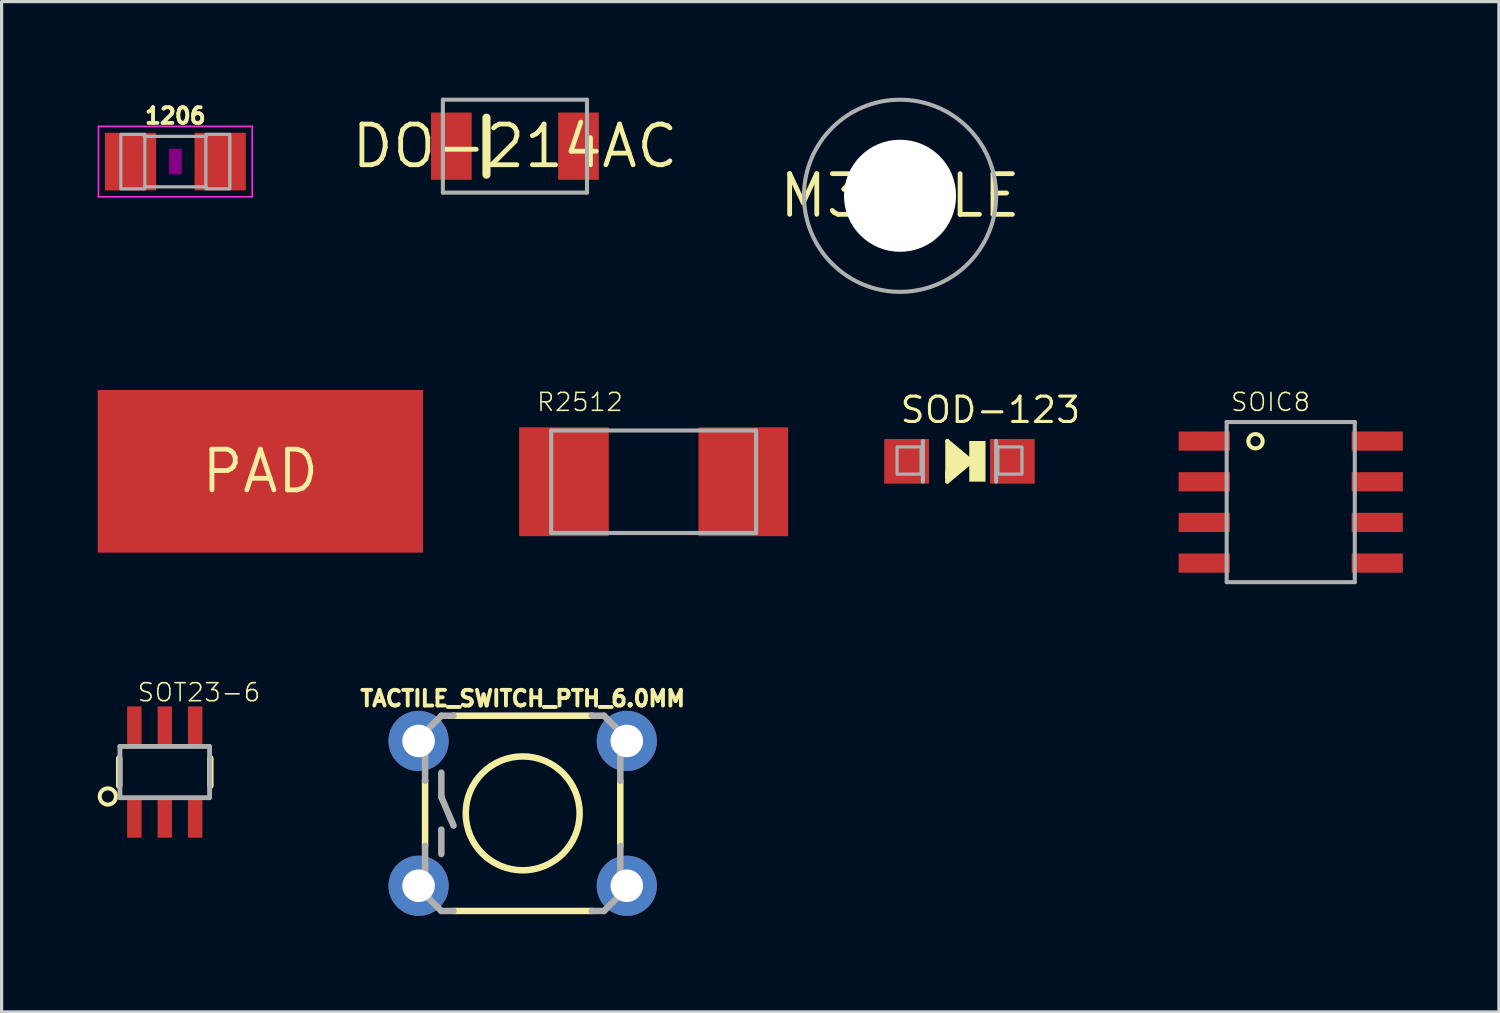
<source format=kicad_pcb>
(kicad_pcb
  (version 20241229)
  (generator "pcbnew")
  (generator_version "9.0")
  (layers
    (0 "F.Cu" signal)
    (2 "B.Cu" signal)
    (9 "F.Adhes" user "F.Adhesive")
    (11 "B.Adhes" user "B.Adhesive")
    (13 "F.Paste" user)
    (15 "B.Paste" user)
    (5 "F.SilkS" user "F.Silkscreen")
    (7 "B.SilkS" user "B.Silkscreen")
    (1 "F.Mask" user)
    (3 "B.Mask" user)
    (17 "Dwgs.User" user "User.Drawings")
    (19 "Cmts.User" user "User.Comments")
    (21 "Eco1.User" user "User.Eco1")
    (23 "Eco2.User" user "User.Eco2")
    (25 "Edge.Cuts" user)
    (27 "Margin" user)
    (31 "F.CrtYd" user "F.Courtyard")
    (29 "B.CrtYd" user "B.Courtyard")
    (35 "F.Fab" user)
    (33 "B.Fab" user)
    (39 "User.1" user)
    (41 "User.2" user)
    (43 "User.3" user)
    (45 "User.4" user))
  (footprint "M3HOLE"
    (layer "F.Cu")
    (at 25.054 3.063)
    (property "Reference" "M3HOLE" (at 0 0 0) (layer "F.SilkS") (effects (font (size 1.27 1.27) (thickness 0.15))))
    (fp_circle (center 0 0) (end 1.026 0) (stroke (width 2.052) (type solid)) (fill yes) (layer "F.Mask"))
    (fp_circle (center 0 0) (end 3 0) (stroke (width 0.127) (type solid)) (fill no) (layer "F.Fab"))
    (pad "" np_thru_hole circle (at 0 0) (size 3.5 3.5) (drill 3.5) (layers "*.Cu" "*.Mask")))
  (footprint "1206"
    (layer "F.Cu")
    (at 2.425 1.996)
    (property "Reference" "1206" (at 0 -1.143 0) (layer "F.SilkS") (effects (font (size 0.488 0.488) (thickness 0.122)) (justify bottom)))
    (fp_poly (pts (xy -0.2 0.4) (xy 0.2 0.4) (xy 0.2 -0.4) (xy -0.2 -0.4)) (stroke (width 0) (type default)) (fill yes) (layer "F.Adhes"))
    (fp_line (start -2.4 -1.1) (end 2.4 -1.1) (stroke (width 0.051) (type solid)) (layer "F.CrtYd"))
    (fp_line (start -2.4 1.1) (end -2.4 -1.1) (stroke (width 0.051) (type solid)) (layer "F.CrtYd"))
    (fp_line (start 2.4 -1.1) (end 2.4 1.1) (stroke (width 0.051) (type solid)) (layer "F.CrtYd"))
    (fp_line (start 2.4 1.1) (end -2.4 1.1) (stroke (width 0.051) (type solid)) (layer "F.CrtYd"))
    (fp_line (start -0.965 -0.787) (end 0.965 -0.787) (stroke (width 0.102) (type solid)) (layer "F.Fab"))
    (fp_line (start -0.965 0.787) (end 0.965 0.787) (stroke (width 0.102) (type solid)) (layer "F.Fab"))
    (fp_poly (pts (xy -1.702 0.851) (xy -0.952 0.851) (xy -0.952 -0.849) (xy -1.702 -0.849)) (stroke (width 0.1) (type default)) (fill no) (layer "F.Fab"))
    (fp_poly (pts (xy 0.952 0.849) (xy 1.702 0.849) (xy 1.702 -0.851) (xy 0.952 -0.851)) (stroke (width 0.1) (type default)) (fill no) (layer "F.Fab"))
    (pad "1" smd rect (at -1.4 0) (size 1.6 1.8) (layers "F.Cu" "F.Mask" "F.Paste"))
    (pad "2" smd rect (at 1.4 0) (size 1.6 1.8) (layers "F.Cu" "F.Mask" "F.Paste")))
  (footprint "SOIC8"
    (layer "F.Cu")
    (at 37.253 12.628)
    (property "Reference" "SOIC8" (at -1.905 -2.794 0) (layer "F.SilkS") (effects (font (size 0.561 0.561) (thickness 0.049)) (justify left bottom)))
    (fp_circle (center -1.1 -1.9) (end -0.876 -1.9) (stroke (width 0.127) (type solid)) (fill no) (layer "F.SilkS"))
    (fp_line (start -2 -2.5) (end -2 2.5) (stroke (width 0.127) (type solid)) (layer "F.Fab"))
    (fp_line (start -2 2.5) (end 2 2.5) (stroke (width 0.127) (type solid)) (layer "F.Fab"))
    (fp_line (start 2 -2.5) (end -2 -2.5) (stroke (width 0.127) (type solid)) (layer "F.Fab"))
    (fp_line (start 2 2.5) (end 2 -2.5) (stroke (width 0.127) (type solid)) (layer "F.Fab"))
    (pad "1" smd rect (at -2.7 -1.905) (size 1.6 0.6) (layers "F.Cu" "F.Mask" "F.Paste"))
    (pad "2" smd rect (at -2.7 -0.635) (size 1.6 0.6) (layers "F.Cu" "F.Mask" "F.Paste"))
    (pad "3" smd rect (at -2.7 0.635) (size 1.6 0.6) (layers "F.Cu" "F.Mask" "F.Paste"))
    (pad "4" smd rect (at -2.7 1.905) (size 1.6 0.6) (layers "F.Cu" "F.Mask" "F.Paste"))
    (pad "5" smd rect (at 2.7 1.905) (size 1.6 0.6) (layers "F.Cu" "F.Mask" "F.Paste"))
    (pad "6" smd rect (at 2.7 0.635) (size 1.6 0.6) (layers "F.Cu" "F.Mask" "F.Paste"))
    (pad "7" smd rect (at 2.7 -0.635) (size 1.6 0.6) (layers "F.Cu" "F.Mask" "F.Paste"))
    (pad "8" smd rect (at 2.7 -1.905) (size 1.6 0.6) (layers "F.Cu" "F.Mask" "F.Paste")))
  (footprint "PAD"
    (layer "F.Cu")
    (at 5.08 11.667)
    (property "Reference" "PAD" (at 0 0 0) (layer "F.SilkS") (effects (font (size 1.27 1.27) (thickness 0.15))))
    (pad "PAD" smd rect (at 0 0) (size 10.16 5.08) (layers "F.Cu" "F.Mask" "F.Paste")))
  (footprint "SOT23-6"
    (layer "F.Cu")
    (at 2.095 21.058)
    (property "Reference" "SOT23-6" (at -0.889 -2.159 0) (layer "F.SilkS") (effects (font (size 0.561 0.561) (thickness 0.049)) (justify left bottom)))
    (fp_line (start -1.422 0.429) (end -1.422 -0.429) (stroke (width 0.203) (type solid)) (layer "F.SilkS"))
    (fp_line (start 1.422 -0.429) (end 1.422 0.429) (stroke (width 0.203) (type solid)) (layer "F.SilkS"))
    (fp_circle (center -1.778 0.762) (end -1.524 0.762) (stroke (width 0.127) (type solid)) (fill no) (layer "F.SilkS"))
    (fp_line (start -1.4 -0.8) (end -1.4 0.8) (stroke (width 0.152) (type solid)) (layer "F.Fab"))
    (fp_line (start -1.4 -0.8) (end 1.4 -0.8) (stroke (width 0.152) (type solid)) (layer "F.Fab"))
    (fp_line (start 1.4 -0.8) (end 1.4 0.8) (stroke (width 0.152) (type solid)) (layer "F.Fab"))
    (fp_line (start 1.4 0.8) (end -1.4 0.8) (stroke (width 0.152) (type solid)) (layer "F.Fab"))
    (pad "1" smd rect (at -0.95 1.4) (size 0.45 1.3) (layers "F.Cu" "F.Mask" "F.Paste"))
    (pad "2" smd rect (at 0 1.4) (size 0.45 1.3) (layers "F.Cu" "F.Mask" "F.Paste"))
    (pad "3" smd rect (at 0.95 1.4) (size 0.45 1.3) (layers "F.Cu" "F.Mask" "F.Paste"))
    (pad "4" smd rect (at 0.95 -1.4) (size 0.45 1.3) (layers "F.Cu" "F.Mask" "F.Paste"))
    (pad "5" smd rect (at 0 -1.4) (size 0.45 1.3) (layers "F.Cu" "F.Mask" "F.Paste"))
    (pad "6" smd rect (at -0.95 -1.4) (size 0.45 1.3) (layers "F.Cu" "F.Mask" "F.Paste")))
  (footprint "SOD-123"
    (layer "F.Cu")
    (at 26.91 11.355)
    (property "Reference" "SOD-123" (at -1.905 -1.143 0) (layer "F.SilkS") (effects (font (size 0.791 0.791) (thickness 0.098)) (justify left bottom)))
    (fp_line (start -0.381 -0.635) (end 0.381 0) (stroke (width 0.127) (type solid)) (layer "F.SilkS"))
    (fp_line (start -0.381 0.381) (end -0.381 -0.635) (stroke (width 0.127) (type solid)) (layer "F.SilkS"))
    (fp_line (start -0.381 0.381) (end -0.254 -0.381) (stroke (width 0.127) (type solid)) (layer "F.SilkS"))
    (fp_line (start -0.381 0.508) (end -0.381 0.381) (stroke (width 0.127) (type solid)) (layer "F.SilkS"))
    (fp_line (start -0.381 0.508) (end -0.254 -0.508) (stroke (width 0.127) (type solid)) (layer "F.SilkS"))
    (fp_line (start -0.381 0.635) (end -0.381 0.508) (stroke (width 0.127) (type solid)) (layer "F.SilkS"))
    (fp_line (start -0.254 -0.508) (end 0.254 0) (stroke (width 0.127) (type solid)) (layer "F.SilkS"))
    (fp_line (start -0.254 -0.381) (end 0.127 0) (stroke (width 0.127) (type solid)) (layer "F.SilkS"))
    (fp_line (start -0.254 -0.254) (end -0.127 -0.127) (stroke (width 0.127) (type solid)) (layer "F.SilkS"))
    (fp_line (start -0.254 0.127) (end -0.254 -0.254) (stroke (width 0.127) (type solid)) (layer "F.SilkS"))
    (fp_line (start -0.254 0.127) (end -0.127 -0.127) (stroke (width 0.127) (type solid)) (layer "F.SilkS"))
    (fp_line (start -0.254 0.254) (end -0.254 0.127) (stroke (width 0.127) (type solid)) (layer "F.SilkS"))
    (fp_line (start -0.127 -0.127) (end -0.127 0) (stroke (width 0.127) (type solid)) (layer "F.SilkS"))
    (fp_line (start -0.127 -0.127) (end 0 0) (stroke (width 0.127) (type solid)) (layer "F.SilkS"))
    (fp_line (start 0 0) (end -0.254 0.127) (stroke (width 0.127) (type solid)) (layer "F.SilkS"))
    (fp_line (start 0.127 0) (end -0.254 0.254) (stroke (width 0.127) (type solid)) (layer "F.SilkS"))
    (fp_line (start 0.254 0) (end -0.381 0.381) (stroke (width 0.127) (type solid)) (layer "F.SilkS"))
    (fp_line (start 0.381 0) (end -0.381 0.508) (stroke (width 0.127) (type solid)) (layer "F.SilkS"))
    (fp_line (start 0.381 0) (end -0.381 0.635) (stroke (width 0.127) (type solid)) (layer "F.SilkS"))
    (fp_poly (pts (xy 0.305 0.635) (xy 0.813 0.635) (xy 0.813 -0.635) (xy 0.305 -0.635)) (stroke (width 0) (type default)) (fill yes) (layer "F.SilkS"))
    (fp_line (start -1.143 0.635) (end -1.143 -0.635) (stroke (width 0.127) (type solid)) (layer "F.Fab"))
    (fp_line (start 1.143 -0.635) (end 1.143 0.635) (stroke (width 0.127) (type solid)) (layer "F.Fab"))
    (fp_poly (pts (xy -1.2 -0.45) (xy -1.95 -0.45) (xy -1.95 0.4) (xy -1.2 0.4)) (stroke (width 0.1) (type default)) (fill no) (layer "F.Fab"))
    (fp_poly (pts (xy 1.95 -0.45) (xy 1.2 -0.45) (xy 1.2 0.4) (xy 1.95 0.4)) (stroke (width 0.1) (type default)) (fill no) (layer "F.Fab"))
    (fp_text user "${REFERENCE}" (at -0.889 0.635 0) (layer "F.Mask") (effects (font (size 0.343 0.343) (thickness 0.038)) (justify left bottom)))
    (pad "+" smd rect (at -1.651 0 180) (size 1.397 1.397) (layers "F.Cu" "F.Mask" "F.Paste"))
    (pad "-" smd rect (at 1.651 0 180) (size 1.397 1.397) (layers "F.Cu" "F.Mask" "F.Paste")))
  (footprint "R2512"
    (layer "F.Cu")
    (at 17.36 11.993)
    (property "Reference" "R2512" (at -3.683 -2.159 0) (layer "F.SilkS") (effects (font (size 0.561 0.561) (thickness 0.049)) (justify left bottom)))
    (fp_line (start -3.2 -1.6) (end -3.2 1.6) (stroke (width 0.127) (type solid)) (layer "F.Fab"))
    (fp_line (start -3.2 1.6) (end 3.2 1.6) (stroke (width 0.127) (type solid)) (layer "F.Fab"))
    (fp_line (start 3.2 -1.6) (end -3.2 -1.6) (stroke (width 0.127) (type solid)) (layer "F.Fab"))
    (fp_line (start 3.2 1.6) (end 3.2 -1.6) (stroke (width 0.127) (type solid)) (layer "F.Fab"))
    (pad "1" smd rect (at -2.8 0) (size 2.8 3.4) (layers "F.Cu" "F.Mask" "F.Paste"))
    (pad "2" smd rect (at 2.8 0) (size 2.8 3.4) (layers "F.Cu" "F.Mask" "F.Paste")))
  (footprint "DO-214AC"
    (layer "F.Cu")
    (at 13.029 1.514)
    (property "Reference" "DO-214AC" (at 0 0 0) (layer "F.SilkS") (effects (font (size 1.27 1.27) (thickness 0.15))))
    (fp_line (start -0.889 0.889) (end -0.889 -0.889) (stroke (width 0.254) (type solid)) (layer "F.SilkS"))
    (fp_line (start -2.25 -1.45) (end -2.25 1.45) (stroke (width 0.127) (type solid)) (layer "F.Fab"))
    (fp_line (start -2.25 1.45) (end 2.25 1.45) (stroke (width 0.127) (type solid)) (layer "F.Fab"))
    (fp_line (start 2.25 -1.45) (end -2.25 -1.45) (stroke (width 0.127) (type solid)) (layer "F.Fab"))
    (fp_line (start 2.25 1.45) (end 2.25 -1.45) (stroke (width 0.127) (type solid)) (layer "F.Fab"))
    (pad "A" smd rect (at 1.985 0) (size 1.27 2.1) (layers "F.Cu" "F.Mask" "F.Paste"))
    (pad "C" smd rect (at -1.985 0) (size 1.27 2.1) (layers "F.Cu" "F.Mask" "F.Paste")))
  (footprint "TACTILE_SWITCH_PTH_6.0MM"
    (layer "F.Cu")
    (at 13.271 22.347)
    (property "Reference" "TACTILE_SWITCH_PTH_6.0MM" (at 0 -3.302 0) (layer "F.SilkS") (effects (font (size 0.488 0.488) (thickness 0.122)) (justify bottom)))
    (fp_line (start -3.048 -1.028) (end -3.048 1.016) (stroke (width 0.203) (type solid)) (layer "F.SilkS"))
    (fp_line (start -2.159 3.048) (end 2.159 3.048) (stroke (width 0.203) (type solid)) (layer "F.SilkS"))
    (fp_line (start 2.159 -3.048) (end -2.159 -3.048) (stroke (width 0.203) (type solid)) (layer "F.SilkS"))
    (fp_line (start 3.048 -0.998) (end 3.048 1.016) (stroke (width 0.203) (type solid)) (layer "F.SilkS"))
    (fp_circle (center 0 0) (end 1.778 0) (stroke (width 0.203) (type solid)) (fill no) (layer "F.SilkS"))
    (fp_line (start -3.048 -2.54) (end -3.048 -1.016) (stroke (width 0.203) (type solid)) (layer "F.Fab"))
    (fp_line (start -3.048 2.54) (end -3.048 1.016) (stroke (width 0.203) (type solid)) (layer "F.Fab"))
    (fp_line (start -2.54 -3.048) (end -3.048 -2.54) (stroke (width 0.203) (type solid)) (layer "F.Fab"))
    (fp_line (start -2.54 -3.048) (end -2.159 -3.048) (stroke (width 0.203) (type solid)) (layer "F.Fab"))
    (fp_line (start -2.54 -1.27) (end -2.54 -0.508) (stroke (width 0.203) (type solid)) (layer "F.Fab"))
    (fp_line (start -2.54 -0.508) (end -2.159 0.381) (stroke (width 0.203) (type solid)) (layer "F.Fab"))
    (fp_line (start -2.54 0.508) (end -2.54 1.27) (stroke (width 0.203) (type solid)) (layer "F.Fab"))
    (fp_line (start -2.54 3.048) (end -3.048 2.54) (stroke (width 0.203) (type solid)) (layer "F.Fab"))
    (fp_line (start -2.54 3.048) (end -2.159 3.048) (stroke (width 0.203) (type solid)) (layer "F.Fab"))
    (fp_line (start 2.54 -3.048) (end 2.159 -3.048) (stroke (width 0.203) (type solid)) (layer "F.Fab"))
    (fp_line (start 2.54 3.048) (end 2.159 3.048) (stroke (width 0.203) (type solid)) (layer "F.Fab"))
    (fp_line (start 2.54 3.048) (end 3.048 2.54) (stroke (width 0.203) (type solid)) (layer "F.Fab"))
    (fp_line (start 3.048 -2.54) (end 2.54 -3.048) (stroke (width 0.203) (type solid)) (layer "F.Fab"))
    (fp_line (start 3.048 -1.016) (end 3.048 -2.54) (stroke (width 0.203) (type solid)) (layer "F.Fab"))
    (fp_line (start 3.048 2.54) (end 3.048 1.016) (stroke (width 0.203) (type solid)) (layer "F.Fab"))
    (pad "1" thru_hole circle (at -3.251 -2.261) (size 1.88 1.88) (drill 1.016) (layers "*.Cu" "*.Mask"))
    (pad "2" thru_hole circle (at 3.251 -2.261) (size 1.88 1.88) (drill 1.016) (layers "*.Cu" "*.Mask"))
    (pad "3" thru_hole circle (at -3.251 2.261) (size 1.88 1.88) (drill 1.016) (layers "*.Cu" "*.Mask"))
    (pad "4" thru_hole circle (at 3.251 2.261) (size 1.88 1.88) (drill 1.016) (layers "*.Cu" "*.Mask")))
  (gr_rect
    (start -3 -3)
    (end 43.753 28.547)
    (stroke (width 0.1) (type default))
    (fill no)
    (layer "Edge.Cuts")))
</source>
